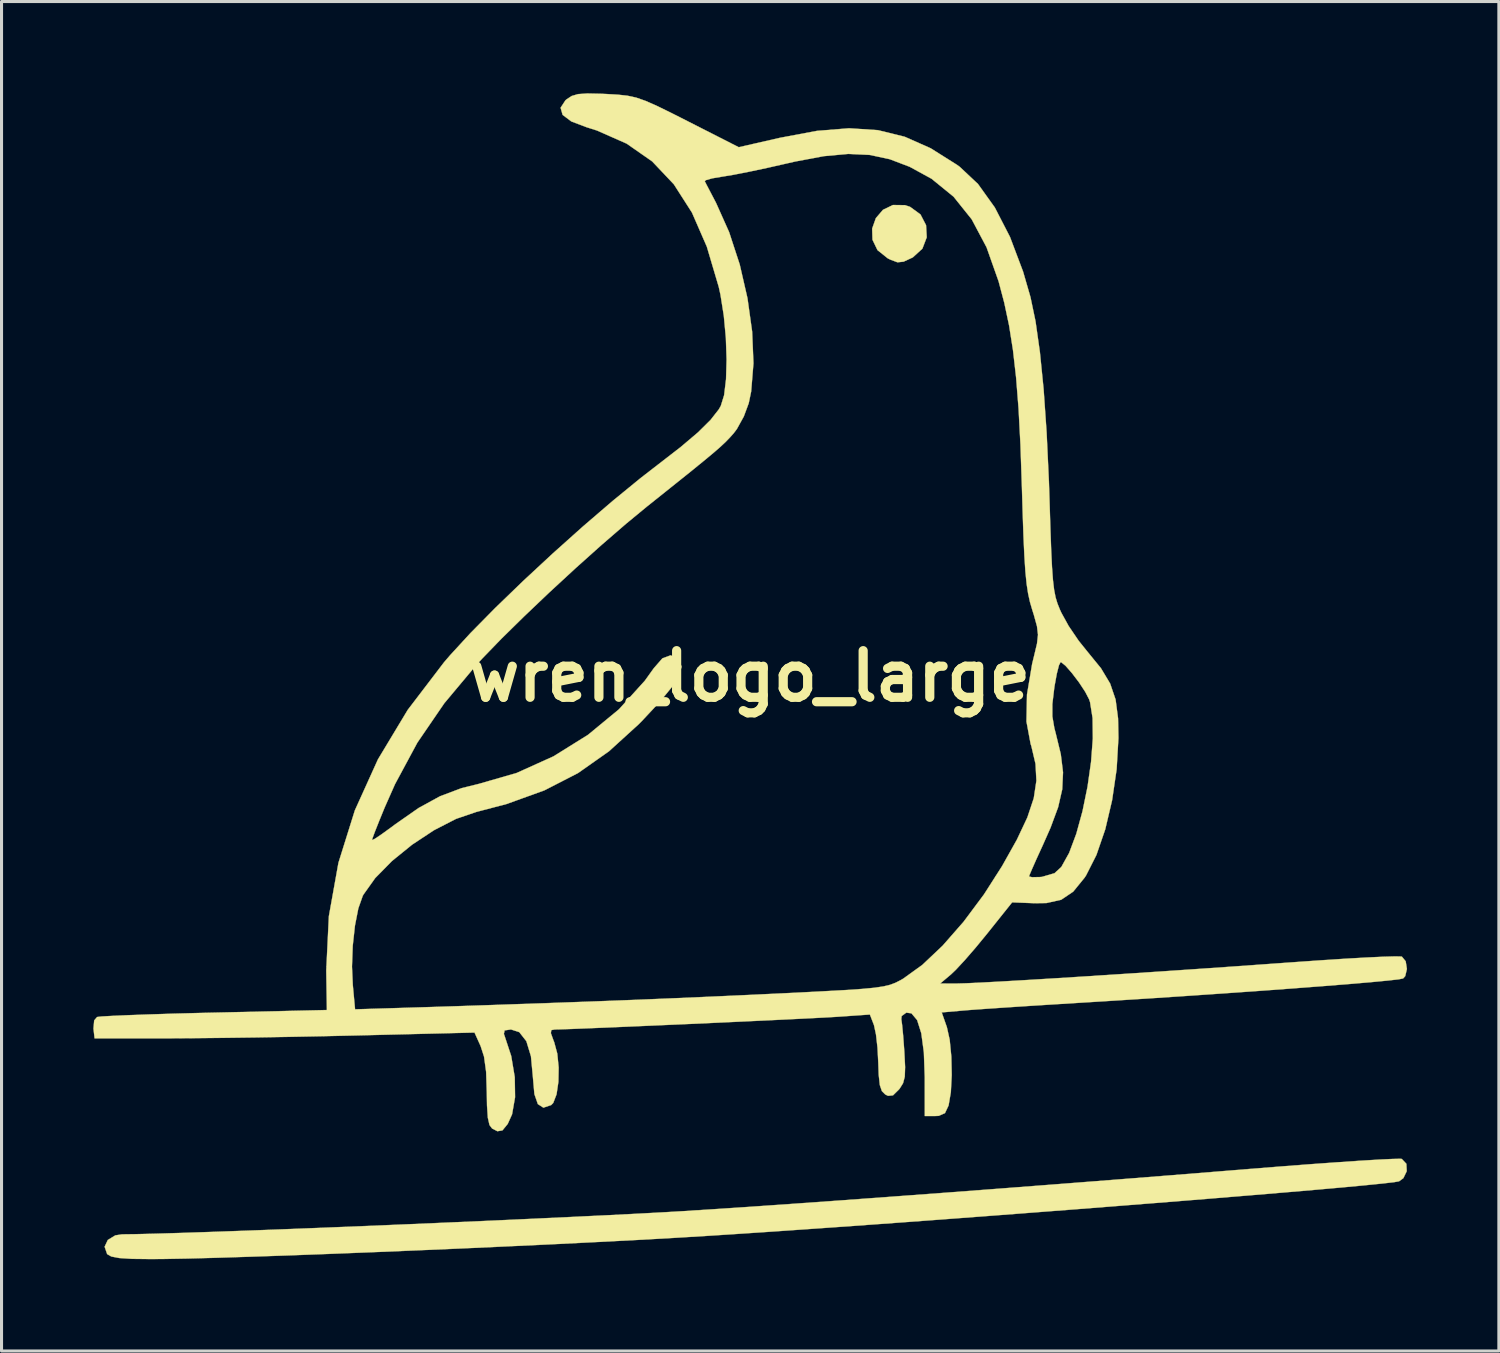
<source format=kicad_pcb>
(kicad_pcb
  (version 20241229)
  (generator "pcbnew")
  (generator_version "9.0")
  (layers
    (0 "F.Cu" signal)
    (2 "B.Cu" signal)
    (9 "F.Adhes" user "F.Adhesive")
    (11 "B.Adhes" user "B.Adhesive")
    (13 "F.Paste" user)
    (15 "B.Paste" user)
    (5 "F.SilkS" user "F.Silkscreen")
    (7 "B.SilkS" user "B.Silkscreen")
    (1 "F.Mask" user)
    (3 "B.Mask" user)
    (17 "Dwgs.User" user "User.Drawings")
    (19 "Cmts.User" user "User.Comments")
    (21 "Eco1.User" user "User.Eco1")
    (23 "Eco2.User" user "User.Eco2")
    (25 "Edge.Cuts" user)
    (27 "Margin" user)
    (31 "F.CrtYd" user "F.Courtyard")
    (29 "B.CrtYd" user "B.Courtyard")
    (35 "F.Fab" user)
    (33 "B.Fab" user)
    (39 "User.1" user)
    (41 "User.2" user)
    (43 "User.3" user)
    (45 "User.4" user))
  (footprint "wren_logo_large"
    (layer "F.Cu")
    (at 21.458 19.049)
    (property "Reference" "wren_logo_large" (at 0 0 0) (layer "F.SilkS") (effects (font (size 1.524 1.524) (thickness 0.3))))
    (attr through_hole)
    (fp_poly (pts (xy 5.069 -15.394) (xy 5.231 -15.341) (xy 5.573 -15.093) (xy 5.757 -14.739) (xy 5.779 -14.344) (xy 5.637 -13.973) (xy 5.327 -13.69) (xy 5.304 -13.678) (xy 5.021 -13.547) (xy 4.822 -13.527) (xy 4.588 -13.615) (xy 4.505 -13.656) (xy 4.169 -13.925) (xy 4.006 -14.264) (xy 3.995 -14.628) (xy 4.116 -14.97) (xy 4.349 -15.242) (xy 4.673 -15.399) (xy 5.069 -15.394)) (stroke (width 0.01) (type solid)) (fill yes) (layer "F.SilkS"))
    (fp_poly (pts (xy 21.305 15.777) (xy 21.454 15.935) (xy 21.466 16.176) (xy 21.355 16.406) (xy 21.215 16.507) (xy 21.053 16.536) (xy 20.68 16.579) (xy 20.113 16.636) (xy 19.369 16.706) (xy 18.468 16.786) (xy 17.428 16.875) (xy 16.266 16.972) (xy 15.001 17.076) (xy 13.651 17.185) (xy 12.234 17.297) (xy 10.769 17.412) (xy 9.273 17.527) (xy 7.764 17.642) (xy 6.262 17.755) (xy 4.783 17.864) (xy 3.347 17.968) (xy 1.97 18.065) (xy 0.673 18.155) (xy -0.529 18.235) (xy -1.443 18.294) (xy -2.503 18.358) (xy -3.703 18.425) (xy -5.016 18.493) (xy -6.415 18.563) (xy -7.872 18.631) (xy -9.361 18.699) (xy -10.855 18.763) (xy -12.327 18.824) (xy -13.749 18.88) (xy -15.094 18.93) (xy -16.336 18.972) (xy -17.448 19.007) (xy -18.402 19.032) (xy -19.171 19.046) (xy -19.584 19.049) (xy -20.195 19.042) (xy -20.611 19.015) (xy -20.868 18.966) (xy -21.001 18.89) (xy -21.007 18.884) (xy -21.089 18.646) (xy -20.985 18.425) (xy -20.738 18.274) (xy -20.518 18.241) (xy -20.067 18.235) (xy -19.41 18.219) (xy -18.573 18.194) (xy -17.581 18.161) (xy -16.458 18.121) (xy -15.23 18.075) (xy -13.922 18.024) (xy -12.56 17.969) (xy -11.167 17.911) (xy -9.77 17.851) (xy -8.392 17.791) (xy -7.061 17.73) (xy -5.8 17.671) (xy -4.634 17.615) (xy -3.589 17.562) (xy -2.69 17.513) (xy -2.251 17.487) (xy -1.251 17.424) (xy -0.046 17.344) (xy 1.336 17.248) (xy 2.87 17.139) (xy 4.528 17.018) (xy 6.284 16.888) (xy 8.114 16.75) (xy 9.989 16.606) (xy 11.883 16.459) (xy 13.771 16.31) (xy 15.626 16.161) (xy 16.312 16.105) (xy 17.348 16.023) (xy 18.316 15.949) (xy 19.191 15.886) (xy 19.947 15.835) (xy 20.561 15.798) (xy 21.006 15.777) (xy 21.259 15.772) (xy 21.305 15.777)) (stroke (width 0.01) (type solid)) (fill yes) (layer "F.SilkS"))
    (fp_poly (pts (xy -4.856 -19.034) (xy -4.701 -19.027) (xy -4.315 -19.005) (xy -4.003 -18.971) (xy -3.717 -18.909) (xy -3.408 -18.801) (xy -3.028 -18.633) (xy -2.529 -18.388) (xy -2.026 -18.133) (xy -0.365 -17.288) (xy 0.99 -17.597) (xy 2.19 -17.822) (xy 3.241 -17.907) (xy 4.184 -17.845) (xy 5.059 -17.63) (xy 5.907 -17.254) (xy 6.766 -16.713) (xy 6.857 -16.647) (xy 7.454 -16.086) (xy 8.005 -15.316) (xy 8.5 -14.355) (xy 8.928 -13.221) (xy 9.169 -12.389) (xy 9.334 -11.601) (xy 9.477 -10.593) (xy 9.599 -9.376) (xy 9.697 -7.962) (xy 9.772 -6.361) (xy 9.791 -5.772) (xy 9.82 -4.848) (xy 9.846 -4.122) (xy 9.873 -3.564) (xy 9.904 -3.141) (xy 9.942 -2.823) (xy 9.99 -2.577) (xy 10.052 -2.373) (xy 10.131 -2.177) (xy 10.179 -2.072) (xy 10.419 -1.637) (xy 10.746 -1.156) (xy 11.025 -0.809) (xy 11.473 -0.26) (xy 11.773 0.241) (xy 11.951 0.763) (xy 12.032 1.381) (xy 12.044 2.02) (xy 11.985 3.041) (xy 11.837 4.053) (xy 11.613 5.004) (xy 11.325 5.841) (xy 10.987 6.509) (xy 10.935 6.588) (xy 10.565 7.042) (xy 10.173 7.306) (xy 9.689 7.414) (xy 9.298 7.419) (xy 8.57 7.391) (xy 7.75 8.417) (xy 7.382 8.865) (xy 7.027 9.275) (xy 6.731 9.594) (xy 6.574 9.744) (xy 6.217 10.045) (xy 6.774 10.044) (xy 7.062 10.036) (xy 7.555 10.013) (xy 8.228 9.977) (xy 9.056 9.929) (xy 10.014 9.871) (xy 11.076 9.804) (xy 12.217 9.73) (xy 13.413 9.651) (xy 14.637 9.568) (xy 15.866 9.483) (xy 17.073 9.397) (xy 17.815 9.344) (xy 18.673 9.284) (xy 19.461 9.233) (xy 20.147 9.194) (xy 20.702 9.168) (xy 21.094 9.157) (xy 21.293 9.162) (xy 21.307 9.165) (xy 21.432 9.317) (xy 21.471 9.569) (xy 21.416 9.803) (xy 21.348 9.878) (xy 21.201 9.907) (xy 20.846 9.947) (xy 20.302 9.999) (xy 19.592 10.06) (xy 18.735 10.128) (xy 17.754 10.203) (xy 16.669 10.283) (xy 15.502 10.365) (xy 14.273 10.449) (xy 13.004 10.533) (xy 11.716 10.615) (xy 10.795 10.672) (xy 9.938 10.725) (xy 9.115 10.777) (xy 8.367 10.826) (xy 7.735 10.869) (xy 7.26 10.903) (xy 7.031 10.921) (xy 6.268 10.988) (xy 6.437 11.469) (xy 6.529 11.883) (xy 6.583 12.435) (xy 6.596 13.035) (xy 6.567 13.594) (xy 6.494 14.022) (xy 6.493 14.028) (xy 6.375 14.279) (xy 6.173 14.368) (xy 6.053 14.374) (xy 5.715 14.374) (xy 5.714 13.104) (xy 5.685 12.293) (xy 5.601 11.668) (xy 5.465 11.239) (xy 5.28 11.018) (xy 5.111 10.995) (xy 4.959 11.107) (xy 4.948 11.206) (xy 4.974 11.395) (xy 5.008 11.746) (xy 5.041 12.191) (xy 5.048 12.296) (xy 5.072 12.775) (xy 5.061 13.089) (xy 5.005 13.301) (xy 4.897 13.475) (xy 4.87 13.508) (xy 4.677 13.698) (xy 4.514 13.714) (xy 4.423 13.669) (xy 4.313 13.559) (xy 4.246 13.362) (xy 4.209 13.026) (xy 4.195 12.63) (xy 4.17 12.146) (xy 4.121 11.712) (xy 4.057 11.412) (xy 4.049 11.388) (xy 3.921 11.057) (xy 2.855 11.131) (xy 2.549 11.149) (xy 2.057 11.175) (xy 1.412 11.207) (xy 0.648 11.244) (xy -0.203 11.284) (xy -1.109 11.326) (xy -2.037 11.368) (xy -2.953 11.408) (xy -3.826 11.446) (xy -4.623 11.48) (xy -5.311 11.508) (xy -5.858 11.53) (xy -6.23 11.542) (xy -6.373 11.545) (xy -6.491 11.566) (xy -6.505 11.666) (xy -6.418 11.908) (xy -6.397 11.958) (xy -6.295 12.336) (xy -6.25 12.791) (xy -6.259 13.257) (xy -6.319 13.664) (xy -6.427 13.945) (xy -6.494 14.015) (xy -6.749 14.101) (xy -6.93 13.984) (xy -7.043 13.659) (xy -7.091 13.118) (xy -7.092 13.101) (xy -7.156 12.421) (xy -7.306 11.928) (xy -7.537 11.633) (xy -7.808 11.545) (xy -8.016 11.575) (xy -8.041 11.691) (xy -8.02 11.748) (xy -7.801 12.413) (xy -7.685 13.104) (xy -7.675 13.759) (xy -7.773 14.318) (xy -7.915 14.632) (xy -8.088 14.844) (xy -8.252 14.871) (xy -8.425 14.782) (xy -8.511 14.668) (xy -8.565 14.429) (xy -8.592 14.028) (xy -8.599 13.601) (xy -8.621 12.928) (xy -8.689 12.433) (xy -8.801 12.087) (xy -9 11.646) (xy -12.841 11.74) (xy -13.903 11.764) (xy -15.016 11.786) (xy -16.126 11.805) (xy -17.18 11.819) (xy -18.123 11.829) (xy -18.901 11.834) (xy -19.05 11.834) (xy -21.417 11.834) (xy -21.453 11.516) (xy -21.43 11.25) (xy -21.335 11.138) (xy -21.185 11.121) (xy -20.833 11.101) (xy -20.308 11.078) (xy -19.64 11.054) (xy -18.856 11.029) (xy -17.986 11.006) (xy -17.503 10.995) (xy -13.825 10.91) (xy -13.846 9.616) (xy -13.84 9.491) (xy -13.005 9.491) (xy -12.978 10.091) (xy -12.904 10.887) (xy -10.406 10.811) (xy -9.566 10.784) (xy -8.564 10.751) (xy -7.468 10.713) (xy -6.347 10.674) (xy -5.27 10.635) (xy -4.676 10.613) (xy -3.616 10.572) (xy -2.435 10.523) (xy -1.209 10.47) (xy -0.018 10.416) (xy 1.059 10.365) (xy 1.52 10.343) (xy 2.425 10.296) (xy 3.132 10.257) (xy 3.669 10.22) (xy 4.07 10.182) (xy 4.365 10.138) (xy 4.585 10.085) (xy 4.761 10.018) (xy 4.925 9.934) (xy 5.011 9.884) (xy 5.633 9.436) (xy 6.301 8.804) (xy 6.983 8.025) (xy 7.649 7.132) (xy 8.024 6.546) (xy 9.121 6.546) (xy 9.222 6.569) (xy 9.473 6.564) (xy 9.542 6.559) (xy 9.956 6.438) (xy 10.177 6.235) (xy 10.433 5.776) (xy 10.667 5.15) (xy 10.87 4.411) (xy 11.034 3.611) (xy 11.149 2.802) (xy 11.207 2.037) (xy 11.199 1.369) (xy 11.117 0.85) (xy 11.084 0.752) (xy 10.957 0.508) (xy 10.756 0.203) (xy 10.526 -0.1) (xy 10.315 -0.341) (xy 10.17 -0.459) (xy 10.155 -0.462) (xy 10.1 -0.357) (xy 10.029 -0.079) (xy 9.957 0.316) (xy 9.946 0.39) (xy 9.884 0.912) (xy 9.884 1.314) (xy 9.95 1.699) (xy 9.993 1.862) (xy 10.16 2.549) (xy 10.233 3.141) (xy 10.207 3.697) (xy 10.073 4.281) (xy 9.825 4.951) (xy 9.569 5.529) (xy 9.373 5.957) (xy 9.221 6.3) (xy 9.133 6.508) (xy 9.121 6.546) (xy 8.024 6.546) (xy 8.241 6.206) (xy 8.725 5.343) (xy 9.067 4.617) (xy 9.277 3.987) (xy 9.363 3.416) (xy 9.334 2.865) (xy 9.2 2.294) (xy 9.174 2.213) (xy 9.038 1.482) (xy 9.055 0.601) (xy 9.224 -0.405) (xy 9.29 -0.675) (xy 9.383 -1.066) (xy 9.415 -1.353) (xy 9.382 -1.633) (xy 9.28 -2.002) (xy 9.228 -2.167) (xy 9.152 -2.426) (xy 9.092 -2.7) (xy 9.043 -3.021) (xy 9.003 -3.42) (xy 8.97 -3.93) (xy 8.94 -4.583) (xy 8.912 -5.41) (xy 8.889 -6.177) (xy 8.842 -7.558) (xy 8.78 -8.743) (xy 8.699 -9.765) (xy 8.597 -10.661) (xy 8.47 -11.463) (xy 8.312 -12.207) (xy 8.127 -12.906) (xy 7.734 -14.017) (xy 7.249 -14.931) (xy 6.656 -15.671) (xy 5.937 -16.257) (xy 5.222 -16.648) (xy 4.57 -16.896) (xy 3.917 -17.036) (xy 3.216 -17.069) (xy 2.418 -16.996) (xy 1.474 -16.819) (xy 1.212 -16.759) (xy 0.59 -16.618) (xy -0.012 -16.49) (xy -0.526 -16.389) (xy -0.885 -16.329) (xy -0.899 -16.327) (xy -1.231 -16.271) (xy -1.438 -16.212) (xy -1.476 -16.177) (xy -1.408 -16.044) (xy -1.265 -15.771) (xy -1.108 -15.471) (xy -0.679 -14.512) (xy -0.333 -13.456) (xy -0.08 -12.355) (xy 0.073 -11.261) (xy 0.116 -10.227) (xy 0.041 -9.306) (xy -0.038 -8.924) (xy -0.199 -8.49) (xy -0.425 -8.08) (xy -0.529 -7.942) (xy -0.654 -7.801) (xy -0.788 -7.662) (xy -0.954 -7.506) (xy -1.175 -7.313) (xy -1.476 -7.062) (xy -1.879 -6.734) (xy -2.409 -6.309) (xy -3.088 -5.766) (xy -3.348 -5.559) (xy -4.049 -4.981) (xy -4.846 -4.292) (xy -5.695 -3.532) (xy -6.552 -2.741) (xy -7.374 -1.959) (xy -8.118 -1.228) (xy -8.74 -0.586) (xy -8.919 -0.393) (xy -9.987 0.883) (xy -10.868 2.171) (xy -11.599 3.529) (xy -11.939 4.296) (xy -12.119 4.737) (xy -12.26 5.093) (xy -12.341 5.313) (xy -12.354 5.357) (xy -12.269 5.321) (xy -12.045 5.172) (xy -11.723 4.939) (xy -11.592 4.841) (xy -10.827 4.307) (xy -10.128 3.924) (xy -9.424 3.659) (xy -8.862 3.52) (xy -7.624 3.163) (xy -6.419 2.619) (xy -5.291 1.916) (xy -4.281 1.083) (xy -3.434 0.148) (xy -3.143 -0.258) (xy -2.859 -0.584) (xy -2.59 -0.683) (xy -2.341 -0.554) (xy -2.302 -0.511) (xy -2.235 -0.308) (xy -2.316 -0.023) (xy -2.553 0.358) (xy -2.955 0.849) (xy -3.531 1.465) (xy -3.637 1.572) (xy -4.605 2.453) (xy -5.615 3.164) (xy -6.715 3.73) (xy -7.953 4.177) (xy -8.941 4.436) (xy -9.606 4.663) (xy -10.324 5.033) (xy -11.039 5.505) (xy -11.697 6.039) (xy -12.246 6.597) (xy -12.63 7.137) (xy -12.654 7.181) (xy -12.797 7.586) (xy -12.908 8.152) (xy -12.98 8.81) (xy -13.005 9.491) (xy -13.84 9.491) (xy -13.76 7.844) (xy -13.447 6.097) (xy -12.911 4.385) (xy -12.155 2.716) (xy -11.182 1.1) (xy -9.995 -0.456) (xy -9.791 -0.693) (xy -9.13 -1.412) (xy -8.324 -2.23) (xy -7.414 -3.109) (xy -6.443 -4.011) (xy -5.452 -4.898) (xy -4.482 -5.731) (xy -3.574 -6.474) (xy -3.002 -6.917) (xy -2.258 -7.493) (xy -1.693 -7.972) (xy -1.288 -8.373) (xy -1.02 -8.715) (xy -0.952 -8.832) (xy -0.843 -9.183) (xy -0.78 -9.707) (xy -0.762 -10.349) (xy -0.786 -11.058) (xy -0.853 -11.78) (xy -0.961 -12.461) (xy -1.018 -12.722) (xy -1.408 -14.038) (xy -1.894 -15.152) (xy -2.486 -16.076) (xy -3.194 -16.824) (xy -4.029 -17.406) (xy -5.001 -17.835) (xy -5.337 -17.941) (xy -5.836 -18.13) (xy -6.121 -18.345) (xy -6.187 -18.578) (xy -6.029 -18.82) (xy -5.99 -18.853) (xy -5.824 -18.962) (xy -5.618 -19.023) (xy -5.315 -19.044) (xy -4.856 -19.034)) (stroke (width 0.01) (type solid)) (fill yes) (layer "F.SilkS")))
  (gr_rect
    (start -3 -3)
    (end 45.935 41.103)
    (stroke (width 0.1) (type default))
    (fill no)
    (layer "Edge.Cuts")))
</source>
